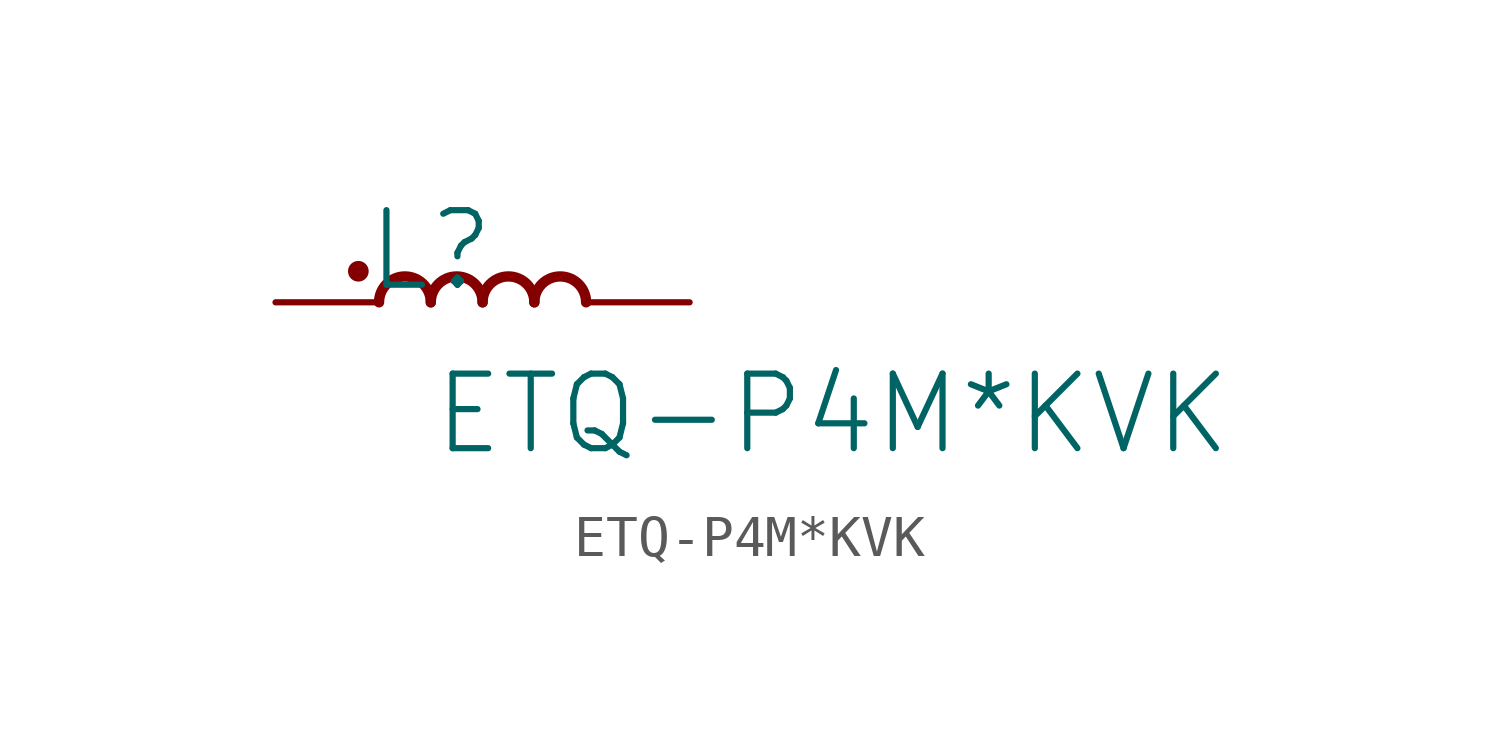
<source format=kicad_sym>
(kicad_symbol_lib
  (version 20231120)
  (generator "kicad_symbol_editor")
  (generator_version "8.0")
  (symbol "ETQ-P4M*KVK"
    (property "Reference" "L"
      (at -1.27 1.27 0)
      (effects (font (size 1.829 1.829))))
    (property "Value" "ETQ-P4M*KVK"
      (at -1.27 -3.81 0)
      (effects (font (size 1.829 1.829)) (justify left bottom)))
    (symbol "ETQ-P4M*KVK_1_0"
      (circle (center -3.048 0.762) (radius 0.127) (stroke (width 0.254) (type solid)) (fill (type none)))
      (arc (start -1.27 0) (mid -1.905 0.635) (end -2.54 0) (stroke (width 0.254) (type solid)) (fill (type none)))
      (arc (start 0 0) (mid -0.635 0.635) (end -1.27 0) (stroke (width 0.254) (type solid)) (fill (type none)))
      (arc (start 1.27 0) (mid 0.635 0.635) (end 0 0) (stroke (width 0.254) (type solid)) (fill (type none)))
      (arc (start 2.54 0) (mid 1.905 0.635) (end 1.27 0) (stroke (width 0.254) (type solid)) (fill (type none)))
      (pin passive line (at -5.08 0 0) (length 2.54) (name "1" (effects (font (size 0 0)))) (number "1" (effects (font (size 0 0)))))
      (pin passive line (at 5.08 0 180) (length 2.54) (name "2" (effects (font (size 0 0)))) (number "2" (effects (font (size 0 0))))))))
</source>
